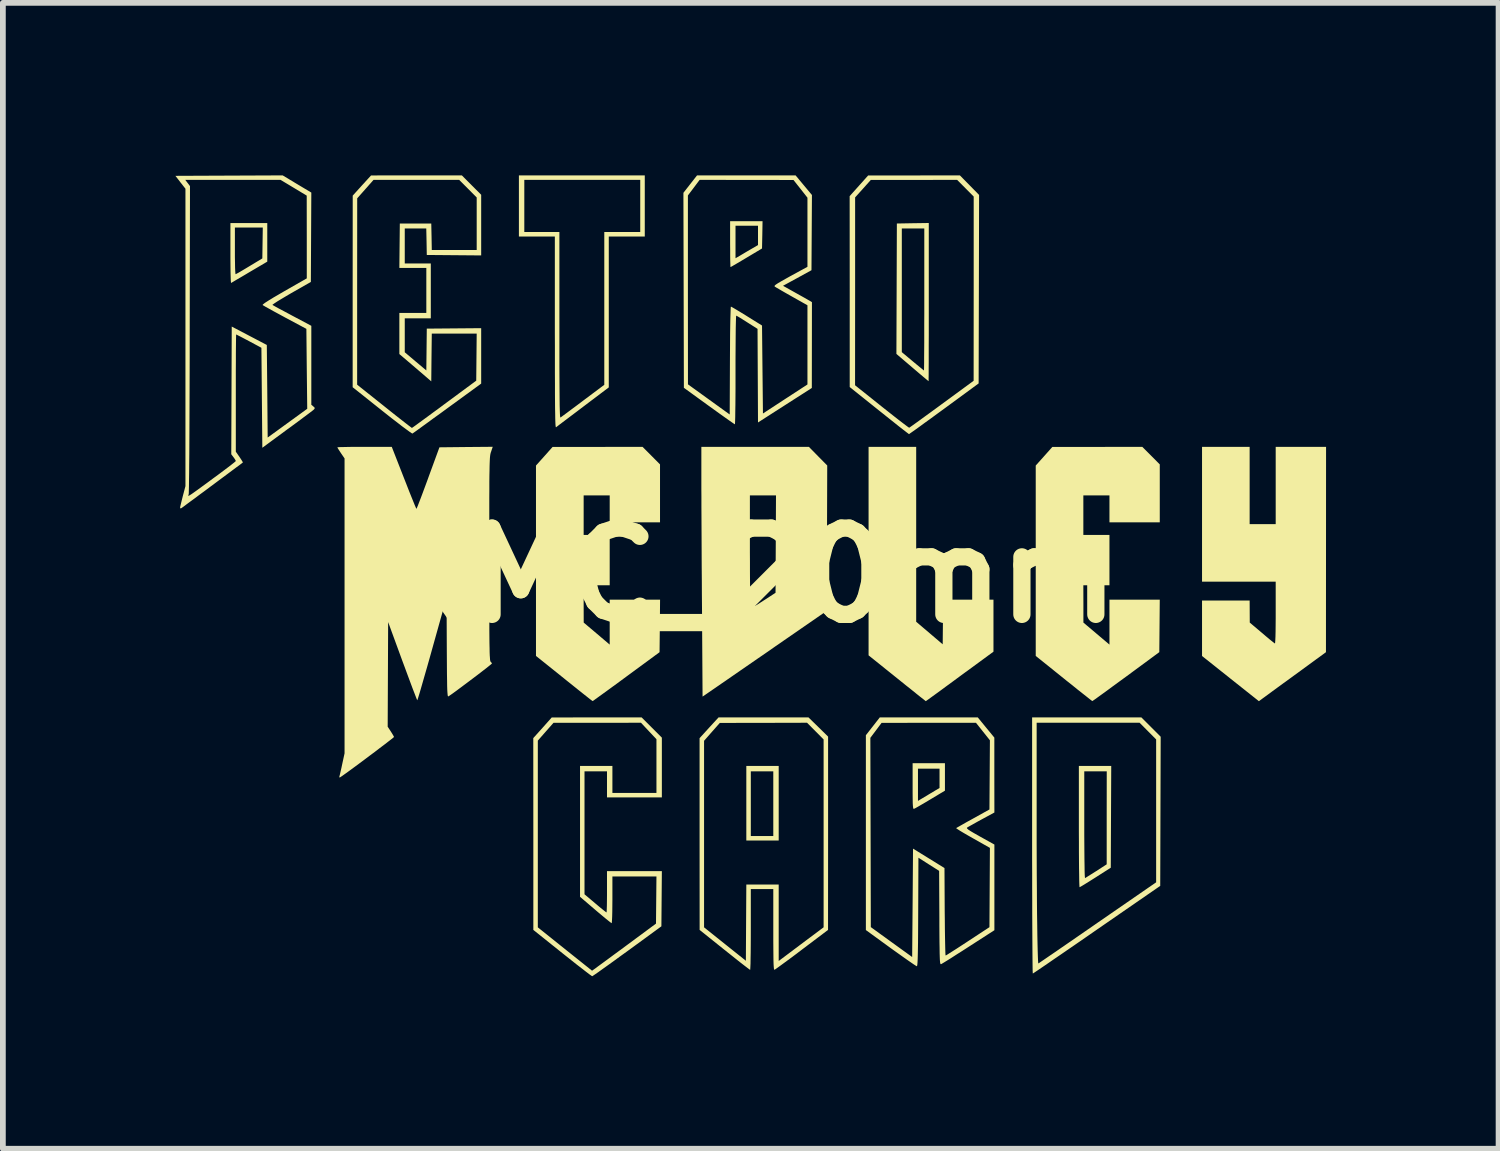
<source format=kicad_pcb>
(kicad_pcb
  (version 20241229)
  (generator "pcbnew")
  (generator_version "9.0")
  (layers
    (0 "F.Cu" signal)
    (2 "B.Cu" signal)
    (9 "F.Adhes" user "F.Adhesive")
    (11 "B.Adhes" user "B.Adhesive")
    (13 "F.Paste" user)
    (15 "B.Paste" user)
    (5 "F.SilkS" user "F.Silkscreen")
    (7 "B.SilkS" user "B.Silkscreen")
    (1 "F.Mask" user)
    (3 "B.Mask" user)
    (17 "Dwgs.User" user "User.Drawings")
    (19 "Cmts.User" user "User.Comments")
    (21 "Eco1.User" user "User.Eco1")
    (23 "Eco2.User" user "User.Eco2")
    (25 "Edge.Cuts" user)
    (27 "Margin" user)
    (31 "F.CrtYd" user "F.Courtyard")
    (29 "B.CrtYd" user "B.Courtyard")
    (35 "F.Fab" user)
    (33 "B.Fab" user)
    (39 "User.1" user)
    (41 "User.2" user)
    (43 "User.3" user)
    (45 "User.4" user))
  (footprint "RMC_20mm"
    (layer "F.Cu")
    (at 10.007 6.956)
    (property "Reference" "RMC_20mm" (at 0 0 0) (layer "F.SilkS") (effects (font (size 1.5 1.5) (thickness 0.3))))
    (attr board_only exclude_from_pos_files exclude_from_bom)
    (fp_poly (pts (xy 0.485 3.962) (xy 0.485 4.611) (xy 0.203 4.611) (xy -0.078 4.611) (xy -0.078 3.97) (xy 0 3.97) (xy 0 4.533) (xy 0.195 4.533) (xy 0.391 4.533) (xy 0.391 3.97) (xy 0.391 3.408) (xy 0.195 3.408) (xy 0 3.408) (xy 0 3.97) (xy -0.078 3.97) (xy -0.078 3.962) (xy -0.078 3.314) (xy 0.203 3.314) (xy 0.485 3.314)) (stroke (width 0) (type solid)) (fill yes) (layer "F.SilkS"))
    (fp_poly (pts (xy 3.376 3.505) (xy 3.376 3.744) (xy 3.116 3.9) (xy 3.034 3.949) (xy 2.96 3.992) (xy 2.9 4.027) (xy 2.857 4.051) (xy 2.835 4.061) (xy 2.834 4.061) (xy 2.828 4.058) (xy 2.823 4.042) (xy 2.819 4.01) (xy 2.816 3.959) (xy 2.815 3.887) (xy 2.814 3.789) (xy 2.814 3.667) (xy 2.814 3.641) (xy 2.907 3.641) (xy 2.907 3.922) (xy 3.095 3.809) (xy 3.282 3.697) (xy 3.282 3.529) (xy 3.282 3.361) (xy 3.095 3.361) (xy 2.907 3.361) (xy 2.907 3.641) (xy 2.814 3.641) (xy 2.814 3.267) (xy 3.095 3.267) (xy 3.376 3.267)) (stroke (width 0) (type solid)) (fill yes) (layer "F.SilkS"))
    (fp_poly (pts (xy 2.876 -0.714) (xy 2.876 0.807) (xy 3.107 1.003) (xy 3.337 1.199) (xy 3.341 0.811) (xy 3.346 0.422) (xy 3.783 0.422) (xy 4.22 0.422) (xy 4.22 0.874) (xy 4.22 1.327) (xy 3.633 1.757) (xy 3.514 1.845) (xy 3.403 1.926) (xy 3.303 2) (xy 3.215 2.064) (xy 3.143 2.116) (xy 3.088 2.156) (xy 3.054 2.18) (xy 3.043 2.188) (xy 3.031 2.178) (xy 2.997 2.151) (xy 2.943 2.109) (xy 2.873 2.053) (xy 2.789 1.985) (xy 2.693 1.909) (xy 2.589 1.825) (xy 2.544 1.789) (xy 2.048 1.391) (xy 2.048 -0.422) (xy 2.048 -2.235) (xy 2.462 -2.235) (xy 2.876 -2.235)) (stroke (width 0) (type solid)) (fill yes) (layer "F.SilkS"))
    (fp_poly (pts (xy 0.2 -5.922) (xy 0.195 -5.685) (xy -0.076 -5.523) (xy -0.158 -5.474) (xy -0.231 -5.431) (xy -0.291 -5.396) (xy -0.332 -5.372) (xy -0.352 -5.362) (xy -0.353 -5.361) (xy -0.355 -5.376) (xy -0.356 -5.418) (xy -0.358 -5.483) (xy -0.359 -5.567) (xy -0.359 -5.666) (xy -0.36 -5.76) (xy -0.36 -5.798) (xy -0.266 -5.798) (xy -0.266 -5.515) (xy -0.19 -5.559) (xy -0.14 -5.589) (xy -0.076 -5.627) (xy -0.009 -5.666) (xy 0.005 -5.674) (xy 0.125 -5.744) (xy 0.125 -5.912) (xy 0.125 -6.08) (xy -0.07 -6.08) (xy -0.266 -6.08) (xy -0.266 -5.798) (xy -0.36 -5.798) (xy -0.36 -6.159) (xy -0.078 -6.159) (xy 0.204 -6.159)) (stroke (width 0) (type solid)) (fill yes) (layer "F.SilkS"))
    (fp_poly (pts (xy -8.409 -5.792) (xy -8.409 -5.456) (xy -8.718 -5.274) (xy -8.807 -5.221) (xy -8.887 -5.174) (xy -8.954 -5.135) (xy -9.004 -5.105) (xy -9.033 -5.088) (xy -9.038 -5.085) (xy -9.041 -5.098) (xy -9.044 -5.139) (xy -9.046 -5.205) (xy -9.048 -5.29) (xy -9.049 -5.393) (xy -9.05 -5.51) (xy -9.05 -5.603) (xy -9.05 -5.643) (xy -8.972 -5.643) (xy -8.972 -5.534) (xy -8.97 -5.436) (xy -8.969 -5.353) (xy -8.966 -5.29) (xy -8.963 -5.25) (xy -8.96 -5.237) (xy -8.944 -5.245) (xy -8.905 -5.266) (xy -8.849 -5.299) (xy -8.78 -5.34) (xy -8.722 -5.375) (xy -8.495 -5.512) (xy -8.491 -5.78) (xy -8.487 -6.049) (xy -8.729 -6.049) (xy -8.972 -6.049) (xy -8.972 -5.643) (xy -9.05 -5.643) (xy -9.05 -6.127) (xy -8.73 -6.127) (xy -8.409 -6.127)) (stroke (width 0) (type solid)) (fill yes) (layer "F.SilkS"))
    (fp_poly (pts (xy 6.264 4.199) (xy 6.26 5.084) (xy 5.994 5.254) (xy 5.913 5.305) (xy 5.841 5.35) (xy 5.781 5.387) (xy 5.739 5.412) (xy 5.718 5.423) (xy 5.717 5.424) (xy 5.715 5.408) (xy 5.713 5.365) (xy 5.711 5.295) (xy 5.71 5.201) (xy 5.708 5.086) (xy 5.707 4.953) (xy 5.706 4.804) (xy 5.706 4.641) (xy 5.705 4.467) (xy 5.705 4.369) (xy 5.705 4.339) (xy 5.799 4.339) (xy 5.799 4.506) (xy 5.8 4.663) (xy 5.801 4.808) (xy 5.802 4.938) (xy 5.804 5.05) (xy 5.805 5.141) (xy 5.807 5.209) (xy 5.81 5.251) (xy 5.812 5.265) (xy 5.829 5.255) (xy 5.867 5.231) (xy 5.921 5.197) (xy 5.986 5.156) (xy 6.007 5.143) (xy 6.189 5.025) (xy 6.189 4.216) (xy 6.19 3.408) (xy 5.994 3.408) (xy 5.799 3.408) (xy 5.799 4.339) (xy 5.705 4.339) (xy 5.705 3.314) (xy 5.987 3.314) (xy 6.268 3.314)) (stroke (width 0) (type solid)) (fill yes) (layer "F.SilkS"))
    (fp_poly (pts (xy 3.095 -4.752) (xy 3.095 -4.548) (xy 3.095 -4.353) (xy 3.095 -4.169) (xy 3.094 -3.999) (xy 3.094 -3.844) (xy 3.094 -3.708) (xy 3.093 -3.592) (xy 3.093 -3.499) (xy 3.092 -3.431) (xy 3.092 -3.389) (xy 3.091 -3.377) (xy 3.079 -3.387) (xy 3.046 -3.414) (xy 2.996 -3.456) (xy 2.932 -3.51) (xy 2.858 -3.573) (xy 2.81 -3.614) (xy 2.532 -3.851) (xy 2.536 -4.958) (xy 2.626 -4.958) (xy 2.626 -3.882) (xy 2.816 -3.723) (xy 2.881 -3.669) (xy 2.937 -3.623) (xy 2.98 -3.588) (xy 3.005 -3.567) (xy 3.011 -3.564) (xy 3.012 -3.579) (xy 3.013 -3.623) (xy 3.014 -3.694) (xy 3.014 -3.789) (xy 3.015 -3.906) (xy 3.016 -4.042) (xy 3.016 -4.195) (xy 3.016 -4.363) (xy 3.017 -4.544) (xy 3.017 -4.734) (xy 3.017 -4.799) (xy 3.017 -6.033) (xy 2.821 -6.033) (xy 2.626 -6.033) (xy 2.626 -4.958) (xy 2.536 -4.958) (xy 2.536 -4.985) (xy 2.54 -6.119) (xy 2.817 -6.124) (xy 3.095 -6.128)) (stroke (width 0) (type solid)) (fill yes) (layer "F.SilkS"))
    (fp_poly (pts (xy 8.675 -1.563) (xy 8.675 -0.891) (xy 8.902 -0.891) (xy 9.128 -0.891) (xy 9.128 -1.563) (xy 9.128 -2.235) (xy 9.566 -2.235) (xy 10.004 -2.235) (xy 10.003 -0.449) (xy 10.002 1.336) (xy 9.483 1.715) (xy 9.368 1.799) (xy 9.259 1.878) (xy 9.159 1.951) (xy 9.07 2.016) (xy 8.997 2.07) (xy 8.941 2.111) (xy 8.906 2.136) (xy 8.9 2.141) (xy 8.836 2.188) (xy 8.341 1.795) (xy 7.847 1.402) (xy 7.847 0.92) (xy 7.847 0.438) (xy 8.261 0.438) (xy 8.675 0.438) (xy 8.676 0.629) (xy 8.677 0.821) (xy 8.889 1) (xy 8.958 1.059) (xy 9.019 1.11) (xy 9.069 1.15) (xy 9.102 1.176) (xy 9.115 1.185) (xy 9.118 1.172) (xy 9.121 1.13) (xy 9.124 1.063) (xy 9.126 0.974) (xy 9.127 0.867) (xy 9.128 0.745) (xy 9.128 0.65) (xy 9.128 0.109) (xy 8.488 0.109) (xy 7.847 0.109) (xy 7.847 -1.063) (xy 7.847 -2.235) (xy 8.261 -2.235) (xy 8.675 -2.235)) (stroke (width 0) (type solid)) (fill yes) (layer "F.SilkS"))
    (fp_poly (pts (xy -1.731 -2.083) (xy -1.579 -1.93) (xy -1.579 -1.426) (xy -1.579 -0.922) (xy -2.016 -0.922) (xy -2.454 -0.922) (xy -2.454 -1.157) (xy -2.454 -1.391) (xy -2.681 -1.391) (xy -2.907 -1.391) (xy -2.907 -1.047) (xy -2.907 -0.703) (xy -2.681 -0.703) (xy -2.454 -0.703) (xy -2.454 -0.266) (xy -2.454 0.172) (xy -2.681 0.172) (xy -2.907 0.172) (xy -2.907 0.496) (xy -2.906 0.821) (xy -2.68 1.012) (xy -2.454 1.204) (xy -2.454 0.813) (xy -2.454 0.422) (xy -2.016 0.422) (xy -1.578 0.422) (xy -1.582 0.879) (xy -1.587 1.336) (xy -2.165 1.761) (xy -2.283 1.848) (xy -2.394 1.929) (xy -2.494 2.002) (xy -2.581 2.065) (xy -2.653 2.117) (xy -2.707 2.156) (xy -2.74 2.18) (xy -2.751 2.186) (xy -2.764 2.177) (xy -2.8 2.15) (xy -2.854 2.107) (xy -2.925 2.051) (xy -3.009 1.984) (xy -3.105 1.907) (xy -3.209 1.824) (xy -3.247 1.793) (xy -3.736 1.401) (xy -3.736 -0.254) (xy -3.736 -1.91) (xy -3.591 -2.072) (xy -3.447 -2.234) (xy -2.665 -2.234) (xy -1.883 -2.235)) (stroke (width 0) (type solid)) (fill yes) (layer "F.SilkS"))
    (fp_poly (pts (xy 6.96 -2.083) (xy 7.112 -1.93) (xy 7.112 -1.426) (xy 7.112 -0.922) (xy 6.674 -0.922) (xy 6.237 -0.922) (xy 6.237 -1.157) (xy 6.237 -1.391) (xy 6.01 -1.391) (xy 5.783 -1.391) (xy 5.783 -1.047) (xy 5.783 -0.703) (xy 6.01 -0.703) (xy 6.237 -0.703) (xy 6.237 -0.266) (xy 6.237 0.172) (xy 6.01 0.172) (xy 5.783 0.172) (xy 5.784 0.496) (xy 5.784 0.821) (xy 6.01 1.012) (xy 6.237 1.204) (xy 6.237 0.813) (xy 6.237 0.422) (xy 6.675 0.422) (xy 7.112 0.422) (xy 7.108 0.878) (xy 7.104 1.335) (xy 6.526 1.761) (xy 6.408 1.847) (xy 6.297 1.928) (xy 6.197 2.002) (xy 6.11 2.065) (xy 6.038 2.117) (xy 5.984 2.156) (xy 5.95 2.179) (xy 5.94 2.186) (xy 5.926 2.177) (xy 5.891 2.15) (xy 5.837 2.107) (xy 5.766 2.051) (xy 5.681 1.984) (xy 5.586 1.907) (xy 5.481 1.824) (xy 5.443 1.793) (xy 4.955 1.401) (xy 4.955 -0.254) (xy 4.955 -1.91) (xy 5.1 -2.072) (xy 5.244 -2.234) (xy 6.026 -2.234) (xy 6.808 -2.235)) (stroke (width 0) (type solid)) (fill yes) (layer "F.SilkS"))
    (fp_poly (pts (xy 1.169 -2.073) (xy 1.329 -1.911) (xy 1.325 -0.647) (xy 1.321 0.617) (xy 0.422 1.238) (xy 0.267 1.346) (xy 0.114 1.451) (xy -0.032 1.552) (xy -0.17 1.647) (xy -0.297 1.735) (xy -0.41 1.813) (xy -0.506 1.879) (xy -0.584 1.933) (xy -0.639 1.971) (xy -0.658 1.984) (xy -0.839 2.108) (xy -0.849 0.55) (xy -0.851 0.316) (xy -0.852 0.079) (xy -0.854 -0.157) (xy -0.855 -0.389) (xy -0.855 -0.406) (xy -0.016 -0.406) (xy -0.015 -0.234) (xy -0.015 -0.072) (xy -0.014 0.079) (xy -0.013 0.214) (xy -0.012 0.332) (xy -0.01 0.43) (xy -0.008 0.505) (xy -0.006 0.555) (xy -0.004 0.577) (xy -0.004 0.578) (xy 0.013 0.569) (xy 0.05 0.547) (xy 0.105 0.513) (xy 0.172 0.47) (xy 0.219 0.44) (xy 0.43 0.303) (xy 0.434 -0.544) (xy 0.438 -1.391) (xy 0.211 -1.391) (xy -0.016 -1.391) (xy -0.016 -0.406) (xy -0.855 -0.406) (xy -0.856 -0.614) (xy -0.857 -0.827) (xy -0.858 -1.026) (xy -0.859 -1.208) (xy -0.859 -1.369) (xy -0.86 -1.505) (xy -0.86 -1.614) (xy -0.86 -1.622) (xy -0.86 -2.235) (xy 0.075 -2.235) (xy 1.01 -2.235)) (stroke (width 0) (type solid)) (fill yes) (layer "F.SilkS"))
    (fp_poly (pts (xy 3.803 -6.786) (xy 3.97 -6.616) (xy 3.966 -4.977) (xy 3.962 -3.338) (xy 3.361 -2.897) (xy 3.24 -2.809) (xy 3.127 -2.726) (xy 3.024 -2.652) (xy 2.934 -2.586) (xy 2.859 -2.532) (xy 2.802 -2.492) (xy 2.765 -2.466) (xy 2.751 -2.456) (xy 2.751 -2.456) (xy 2.738 -2.466) (xy 2.702 -2.493) (xy 2.648 -2.535) (xy 2.576 -2.591) (xy 2.491 -2.659) (xy 2.394 -2.736) (xy 2.289 -2.82) (xy 2.231 -2.866) (xy 1.72 -3.275) (xy 1.72 -3.306) (xy 1.813 -3.306) (xy 2.278 -2.935) (xy 2.383 -2.852) (xy 2.479 -2.776) (xy 2.566 -2.708) (xy 2.639 -2.652) (xy 2.697 -2.608) (xy 2.736 -2.579) (xy 2.754 -2.568) (xy 2.755 -2.568) (xy 2.77 -2.578) (xy 2.807 -2.604) (xy 2.864 -2.645) (xy 2.939 -2.699) (xy 3.028 -2.764) (xy 3.13 -2.838) (xy 3.241 -2.919) (xy 3.321 -2.978) (xy 3.875 -3.384) (xy 3.876 -4.986) (xy 3.876 -6.588) (xy 3.732 -6.733) (xy 3.588 -6.878) (xy 2.837 -6.877) (xy 2.087 -6.877) (xy 1.951 -6.725) (xy 1.814 -6.573) (xy 1.814 -4.939) (xy 1.813 -3.306) (xy 1.72 -3.306) (xy 1.72 -4.935) (xy 1.719 -6.595) (xy 1.88 -6.775) (xy 2.04 -6.954) (xy 2.838 -6.955) (xy 3.636 -6.956)) (stroke (width 0) (type solid)) (fill yes) (layer "F.SilkS"))
    (fp_poly (pts (xy 6.96 2.638) (xy 7.128 2.806) (xy 7.124 4.103) (xy 7.12 5.4) (xy 6.018 6.161) (xy 5.852 6.276) (xy 5.693 6.386) (xy 5.543 6.489) (xy 5.405 6.584) (xy 5.279 6.67) (xy 5.169 6.746) (xy 5.075 6.81) (xy 5 6.861) (xy 4.945 6.898) (xy 4.913 6.919) (xy 4.904 6.924) (xy 4.903 6.909) (xy 4.901 6.864) (xy 4.9 6.791) (xy 4.899 6.693) (xy 4.898 6.57) (xy 4.897 6.425) (xy 4.896 6.259) (xy 4.895 6.074) (xy 4.894 5.871) (xy 4.894 5.654) (xy 4.893 5.422) (xy 4.893 5.179) (xy 4.892 4.925) (xy 4.892 4.697) (xy 4.892 2.563) (xy 4.971 2.563) (xy 4.971 4.06) (xy 4.971 4.365) (xy 4.971 4.659) (xy 4.972 4.939) (xy 4.973 5.204) (xy 4.975 5.453) (xy 4.976 5.684) (xy 4.978 5.896) (xy 4.981 6.089) (xy 4.983 6.259) (xy 4.986 6.406) (xy 4.989 6.529) (xy 4.992 6.626) (xy 4.995 6.696) (xy 4.998 6.738) (xy 5.001 6.749) (xy 5.015 6.74) (xy 5.053 6.714) (xy 5.113 6.673) (xy 5.193 6.618) (xy 5.29 6.552) (xy 5.403 6.474) (xy 5.531 6.386) (xy 5.67 6.29) (xy 5.819 6.187) (xy 5.977 6.078) (xy 6.03 6.041) (xy 7.049 5.338) (xy 7.049 4.096) (xy 7.049 2.853) (xy 6.905 2.708) (xy 6.761 2.563) (xy 5.866 2.563) (xy 4.971 2.563) (xy 4.892 2.563) (xy 4.892 2.47) (xy 5.842 2.47) (xy 6.792 2.47)) (stroke (width 0) (type solid)) (fill yes) (layer "F.SilkS"))
    (fp_poly (pts (xy 1.174 2.637) (xy 1.344 2.804) (xy 1.344 4.485) (xy 1.343 6.166) (xy 0.887 6.51) (xy 0.783 6.589) (xy 0.685 6.662) (xy 0.598 6.726) (xy 0.524 6.78) (xy 0.466 6.822) (xy 0.428 6.849) (xy 0.411 6.859) (xy 0.406 6.855) (xy 0.402 6.839) (xy 0.399 6.808) (xy 0.396 6.761) (xy 0.394 6.694) (xy 0.393 6.606) (xy 0.392 6.494) (xy 0.391 6.356) (xy 0.391 6.189) (xy 0.391 6.16) (xy 0.391 5.455) (xy 0.195 5.455) (xy 0 5.455) (xy 0 6.159) (xy -0.000252 6.303) (xy -0.001 6.438) (xy -0.002 6.56) (xy -0.004 6.665) (xy -0.005 6.751) (xy -0.008 6.814) (xy -0.01 6.851) (xy -0.012 6.861) (xy -0.026 6.851) (xy -0.062 6.824) (xy -0.117 6.782) (xy -0.188 6.727) (xy -0.271 6.661) (xy -0.365 6.586) (xy -0.457 6.513) (xy -0.89 6.166) (xy -0.891 4.499) (xy -0.891 2.877) (xy -0.813 2.877) (xy -0.813 4.499) (xy -0.813 6.121) (xy -0.449 6.412) (xy -0.086 6.702) (xy -0.082 6.04) (xy -0.078 5.377) (xy 0.203 5.377) (xy 0.485 5.377) (xy 0.485 6.041) (xy 0.485 6.706) (xy 0.875 6.413) (xy 1.266 6.12) (xy 1.266 4.486) (xy 1.266 2.853) (xy 1.122 2.708) (xy 0.978 2.563) (xy 0.219 2.565) (xy -0.539 2.566) (xy -0.676 2.721) (xy -0.813 2.877) (xy -0.891 2.877) (xy -0.891 2.831) (xy -0.726 2.65) (xy -0.561 2.47) (xy 0.221 2.47) (xy 1.003 2.47)) (stroke (width 0) (type solid)) (fill yes) (layer "F.SilkS"))
    (fp_poly (pts (xy -1.844 -6.424) (xy -1.844 -5.893) (xy -2.157 -5.893) (xy -2.47 -5.893) (xy -2.47 -4.581) (xy -2.47 -3.269) (xy -2.919 -2.93) (xy -3.023 -2.851) (xy -3.12 -2.778) (xy -3.206 -2.713) (xy -3.279 -2.658) (xy -3.336 -2.615) (xy -3.373 -2.586) (xy -3.388 -2.575) (xy -3.391 -2.578) (xy -3.394 -2.593) (xy -3.397 -2.622) (xy -3.399 -2.666) (xy -3.401 -2.727) (xy -3.402 -2.807) (xy -3.404 -2.905) (xy -3.405 -3.025) (xy -3.406 -3.168) (xy -3.406 -3.334) (xy -3.407 -3.527) (xy -3.407 -3.746) (xy -3.407 -3.994) (xy -3.408 -4.226) (xy -3.408 -5.893) (xy -3.72 -5.893) (xy -4.033 -5.893) (xy -4.033 -6.424) (xy -3.939 -6.424) (xy -3.939 -5.971) (xy -3.634 -5.971) (xy -3.329 -5.971) (xy -3.329 -4.352) (xy -3.329 -4.083) (xy -3.329 -3.844) (xy -3.329 -3.633) (xy -3.328 -3.448) (xy -3.327 -3.289) (xy -3.326 -3.154) (xy -3.325 -3.041) (xy -3.324 -2.949) (xy -3.322 -2.876) (xy -3.32 -2.82) (xy -3.318 -2.781) (xy -3.315 -2.757) (xy -3.312 -2.746) (xy -3.31 -2.745) (xy -3.293 -2.757) (xy -3.254 -2.786) (xy -3.197 -2.828) (xy -3.125 -2.882) (xy -3.04 -2.945) (xy -2.948 -3.014) (xy -2.919 -3.036) (xy -2.548 -3.314) (xy -2.548 -4.643) (xy -2.548 -5.971) (xy -2.235 -5.971) (xy -1.923 -5.971) (xy -1.923 -6.424) (xy -1.923 -6.878) (xy -2.931 -6.878) (xy -3.939 -6.878) (xy -3.939 -6.424) (xy -4.033 -6.424) (xy -4.033 -6.956) (xy -2.939 -6.956) (xy -1.844 -6.956)) (stroke (width 0) (type solid)) (fill yes) (layer "F.SilkS"))
    (fp_poly (pts (xy -1.723 2.646) (xy -1.547 2.822) (xy -1.547 3.341) (xy -1.547 3.861) (xy -2.024 3.861) (xy -2.501 3.861) (xy -2.501 3.634) (xy -2.501 3.408) (xy -2.696 3.408) (xy -2.892 3.408) (xy -2.892 4.477) (xy -2.892 5.546) (xy -2.705 5.704) (xy -2.641 5.758) (xy -2.585 5.804) (xy -2.542 5.838) (xy -2.516 5.858) (xy -2.51 5.862) (xy -2.507 5.847) (xy -2.505 5.805) (xy -2.503 5.74) (xy -2.502 5.658) (xy -2.501 5.562) (xy -2.501 5.502) (xy -2.501 5.143) (xy -2.024 5.143) (xy -1.547 5.143) (xy -1.551 5.623) (xy -1.555 6.103) (xy -2.149 6.537) (xy -2.27 6.624) (xy -2.382 6.706) (xy -2.485 6.78) (xy -2.575 6.844) (xy -2.65 6.898) (xy -2.708 6.938) (xy -2.745 6.963) (xy -2.759 6.971) (xy -2.774 6.961) (xy -2.811 6.935) (xy -2.867 6.892) (xy -2.939 6.836) (xy -3.026 6.769) (xy -3.123 6.692) (xy -3.229 6.608) (xy -3.278 6.569) (xy -3.782 6.166) (xy -3.782 4.498) (xy -3.783 2.874) (xy -3.704 2.874) (xy -3.704 4.498) (xy -3.704 6.121) (xy -3.233 6.498) (xy -2.761 6.875) (xy -2.697 6.83) (xy -2.671 6.81) (xy -2.622 6.774) (xy -2.555 6.725) (xy -2.472 6.664) (xy -2.376 6.593) (xy -2.271 6.516) (xy -2.16 6.434) (xy -2.141 6.42) (xy -1.649 6.056) (xy -1.645 5.646) (xy -1.641 5.236) (xy -2.024 5.236) (xy -2.407 5.236) (xy -2.407 5.643) (xy -2.408 5.752) (xy -2.409 5.85) (xy -2.411 5.933) (xy -2.414 5.996) (xy -2.417 6.036) (xy -2.42 6.049) (xy -2.435 6.039) (xy -2.47 6.012) (xy -2.522 5.97) (xy -2.587 5.916) (xy -2.661 5.854) (xy -2.701 5.82) (xy -2.97 5.59) (xy -2.97 4.452) (xy -2.97 3.314) (xy -2.688 3.314) (xy -2.407 3.314) (xy -2.407 3.548) (xy -2.407 3.783) (xy -2.024 3.783) (xy -1.641 3.783) (xy -1.641 3.316) (xy -1.641 2.849) (xy -1.776 2.706) (xy -1.91 2.563) (xy -2.67 2.564) (xy -3.431 2.564) (xy -3.568 2.719) (xy -3.704 2.874) (xy -3.783 2.874) (xy -3.783 2.83) (xy -3.622 2.651) (xy -3.462 2.471) (xy -2.68 2.47) (xy -1.899 2.47)) (stroke (width 0) (type solid)) (fill yes) (layer "F.SilkS"))
    (fp_poly (pts (xy -4.857 -6.787) (xy -4.689 -6.619) (xy -4.689 -6.092) (xy -4.689 -5.564) (xy -5.162 -5.568) (xy -5.635 -5.572) (xy -5.639 -5.803) (xy -5.644 -6.033) (xy -5.831 -6.033) (xy -6.018 -6.033) (xy -6.018 -5.729) (xy -6.018 -5.424) (xy -5.791 -5.424) (xy -5.565 -5.424) (xy -5.565 -4.947) (xy -5.565 -4.47) (xy -5.791 -4.47) (xy -6.018 -4.47) (xy -6.018 -4.175) (xy -6.018 -3.88) (xy -5.831 -3.722) (xy -5.643 -3.564) (xy -5.639 -3.927) (xy -5.635 -4.291) (xy -5.162 -4.295) (xy -4.689 -4.299) (xy -4.689 -3.817) (xy -4.689 -3.335) (xy -5.279 -2.905) (xy -5.399 -2.817) (xy -5.512 -2.736) (xy -5.614 -2.661) (xy -5.704 -2.596) (xy -5.778 -2.542) (xy -5.835 -2.501) (xy -5.872 -2.475) (xy -5.885 -2.466) (xy -5.9 -2.474) (xy -5.937 -2.499) (xy -5.993 -2.54) (xy -6.066 -2.594) (xy -6.152 -2.661) (xy -6.25 -2.736) (xy -6.356 -2.82) (xy -6.413 -2.865) (xy -6.924 -3.272) (xy -6.924 -3.316) (xy -6.846 -3.316) (xy -6.374 -2.94) (xy -6.269 -2.856) (xy -6.172 -2.779) (xy -6.085 -2.711) (xy -6.011 -2.653) (xy -5.953 -2.608) (xy -5.913 -2.578) (xy -5.895 -2.565) (xy -5.894 -2.564) (xy -5.88 -2.573) (xy -5.843 -2.599) (xy -5.787 -2.64) (xy -5.713 -2.694) (xy -5.624 -2.759) (xy -5.524 -2.833) (xy -5.413 -2.914) (xy -5.33 -2.976) (xy -4.775 -3.386) (xy -4.771 -3.795) (xy -4.767 -4.205) (xy -5.158 -4.205) (xy -5.548 -4.205) (xy -5.553 -3.79) (xy -5.557 -3.374) (xy -5.834 -3.612) (xy -6.112 -3.849) (xy -6.112 -4.207) (xy -6.112 -4.564) (xy -5.877 -4.564) (xy -5.643 -4.564) (xy -5.643 -4.955) (xy -5.643 -5.346) (xy -5.877 -5.346) (xy -6.112 -5.346) (xy -6.108 -5.733) (xy -6.104 -6.119) (xy -5.83 -6.119) (xy -5.557 -6.119) (xy -5.552 -5.889) (xy -5.548 -5.658) (xy -5.158 -5.658) (xy -4.767 -5.658) (xy -4.767 -6.115) (xy -4.767 -6.572) (xy -4.919 -6.725) (xy -5.072 -6.878) (xy -5.816 -6.878) (xy -6.561 -6.878) (xy -6.703 -6.717) (xy -6.845 -6.557) (xy -6.846 -4.937) (xy -6.846 -3.316) (xy -6.924 -3.316) (xy -6.924 -4.938) (xy -6.923 -6.604) (xy -6.764 -6.78) (xy -6.604 -6.955) (xy -5.814 -6.956) (xy -5.025 -6.956)) (stroke (width 0) (type solid)) (fill yes) (layer "F.SilkS"))
    (fp_poly (pts (xy 0.921 -6.785) (xy 1.063 -6.615) (xy 1.059 -5.961) (xy 1.055 -5.307) (xy 0.808 -5.171) (xy 0.56 -5.036) (xy 0.776 -4.915) (xy 0.853 -4.872) (xy 0.923 -4.833) (xy 0.979 -4.801) (xy 1.017 -4.779) (xy 1.028 -4.773) (xy 1.063 -4.751) (xy 1.062 -4.005) (xy 1.061 -3.259) (xy 0.593 -2.959) (xy 0.125 -2.659) (xy 0.121 -3.473) (xy 0.117 -4.287) (xy -0.063 -4.401) (xy -0.129 -4.443) (xy -0.186 -4.479) (xy -0.229 -4.504) (xy -0.252 -4.516) (xy -0.254 -4.517) (xy -0.256 -4.502) (xy -0.258 -4.458) (xy -0.26 -4.388) (xy -0.262 -4.296) (xy -0.263 -4.182) (xy -0.264 -4.051) (xy -0.265 -3.905) (xy -0.266 -3.747) (xy -0.266 -3.578) (xy -0.266 -3.572) (xy -0.266 -3.403) (xy -0.266 -3.244) (xy -0.267 -3.097) (xy -0.268 -2.966) (xy -0.27 -2.852) (xy -0.271 -2.758) (xy -0.273 -2.688) (xy -0.275 -2.643) (xy -0.277 -2.627) (xy -0.277 -2.627) (xy -0.292 -2.636) (xy -0.33 -2.662) (xy -0.386 -2.701) (xy -0.459 -2.753) (xy -0.545 -2.814) (xy -0.642 -2.884) (xy -0.727 -2.945) (xy -1.164 -3.262) (xy -1.168 -4.958) (xy -1.172 -6.607) (xy -1.094 -6.607) (xy -1.094 -4.964) (xy -1.093 -3.322) (xy -0.73 -3.06) (xy -0.367 -2.798) (xy -0.363 -3.736) (xy -0.362 -3.904) (xy -0.361 -4.062) (xy -0.36 -4.208) (xy -0.358 -4.339) (xy -0.356 -4.452) (xy -0.353 -4.545) (xy -0.351 -4.615) (xy -0.349 -4.658) (xy -0.346 -4.674) (xy -0.33 -4.666) (xy -0.291 -4.644) (xy -0.234 -4.61) (xy -0.163 -4.567) (xy -0.083 -4.518) (xy -0.069 -4.509) (xy 0.195 -4.345) (xy 0.203 -3.58) (xy 0.211 -2.815) (xy 0.598 -3.068) (xy 0.985 -3.32) (xy 0.985 -4.009) (xy 0.985 -4.697) (xy 0.714 -4.85) (xy 0.629 -4.898) (xy 0.552 -4.942) (xy 0.489 -4.979) (xy 0.442 -5.006) (xy 0.418 -5.021) (xy 0.417 -5.022) (xy 0.412 -5.03) (xy 0.418 -5.042) (xy 0.437 -5.058) (xy 0.474 -5.082) (xy 0.53 -5.115) (xy 0.608 -5.159) (xy 0.688 -5.204) (xy 0.985 -5.366) (xy 0.985 -5.967) (xy 0.985 -6.568) (xy 0.864 -6.722) (xy 0.742 -6.876) (xy -0.074 -6.877) (xy -0.89 -6.878) (xy -0.992 -6.742) (xy -1.094 -6.607) (xy -1.172 -6.607) (xy -1.172 -6.653) (xy -1.054 -6.804) (xy -0.935 -6.956) (xy -0.078 -6.956) (xy 0.779 -6.956)) (stroke (width 0) (type solid)) (fill yes) (layer "F.SilkS"))
    (fp_poly (pts (xy 4.091 2.646) (xy 4.235 2.821) (xy 4.235 3.473) (xy 4.236 4.124) (xy 4.013 4.245) (xy 3.936 4.287) (xy 3.867 4.326) (xy 3.811 4.357) (xy 3.774 4.378) (xy 3.764 4.384) (xy 3.757 4.393) (xy 3.763 4.404) (xy 3.783 4.422) (xy 3.821 4.447) (xy 3.88 4.482) (xy 3.962 4.528) (xy 3.986 4.542) (xy 4.236 4.681) (xy 4.236 5.426) (xy 4.236 6.171) (xy 3.786 6.461) (xy 3.679 6.53) (xy 3.579 6.593) (xy 3.491 6.65) (xy 3.416 6.697) (xy 3.359 6.732) (xy 3.322 6.754) (xy 3.309 6.761) (xy 3.304 6.762) (xy 3.299 6.757) (xy 3.294 6.745) (xy 3.291 6.723) (xy 3.288 6.688) (xy 3.286 6.639) (xy 3.284 6.572) (xy 3.283 6.485) (xy 3.281 6.376) (xy 3.28 6.242) (xy 3.279 6.081) (xy 3.279 5.955) (xy 3.275 5.139) (xy 3.095 5.025) (xy 2.915 4.91) (xy 2.911 5.855) (xy 2.91 6.058) (xy 2.909 6.233) (xy 2.908 6.379) (xy 2.906 6.501) (xy 2.904 6.598) (xy 2.902 6.674) (xy 2.899 6.73) (xy 2.896 6.768) (xy 2.892 6.79) (xy 2.888 6.798) (xy 2.888 6.798) (xy 2.871 6.789) (xy 2.832 6.764) (xy 2.774 6.724) (xy 2.699 6.672) (xy 2.612 6.61) (xy 2.515 6.541) (xy 2.434 6.483) (xy 2.001 6.168) (xy 2.001 4.474) (xy 2.001 2.825) (xy 2.079 2.825) (xy 2.083 4.471) (xy 2.087 6.117) (xy 2.446 6.377) (xy 2.806 6.637) (xy 2.814 5.694) (xy 2.821 4.752) (xy 3.095 4.921) (xy 3.368 5.09) (xy 3.372 5.851) (xy 3.374 6.002) (xy 3.375 6.143) (xy 3.377 6.271) (xy 3.379 6.383) (xy 3.381 6.476) (xy 3.383 6.547) (xy 3.385 6.593) (xy 3.388 6.611) (xy 3.388 6.611) (xy 3.404 6.603) (xy 3.442 6.579) (xy 3.499 6.543) (xy 3.573 6.496) (xy 3.659 6.44) (xy 3.754 6.378) (xy 3.775 6.364) (xy 4.15 6.118) (xy 4.154 5.429) (xy 4.158 4.739) (xy 3.861 4.571) (xy 3.775 4.522) (xy 3.699 4.478) (xy 3.637 4.441) (xy 3.594 4.413) (xy 3.573 4.398) (xy 3.571 4.395) (xy 3.586 4.386) (xy 3.625 4.364) (xy 3.683 4.331) (xy 3.755 4.29) (xy 3.839 4.244) (xy 3.864 4.23) (xy 4.15 4.071) (xy 4.154 3.47) (xy 4.158 2.868) (xy 4.037 2.716) (xy 3.916 2.564) (xy 3.095 2.564) (xy 2.274 2.565) (xy 2.177 2.695) (xy 2.079 2.825) (xy 2.001 2.825) (xy 2.001 2.78) (xy 2.122 2.625) (xy 2.243 2.47) (xy 3.095 2.47) (xy 3.947 2.47)) (stroke (width 0) (type solid)) (fill yes) (layer "F.SilkS"))
    (fp_poly (pts (xy -4.518 -2.147) (xy -4.523 -2.133) (xy -4.527 -2.117) (xy -4.531 -2.098) (xy -4.534 -2.074) (xy -4.537 -2.044) (xy -4.539 -2.006) (xy -4.541 -1.957) (xy -4.543 -1.896) (xy -4.544 -1.821) (xy -4.546 -1.731) (xy -4.547 -1.624) (xy -4.547 -1.498) (xy -4.548 -1.35) (xy -4.548 -1.181) (xy -4.548 -0.986) (xy -4.548 -0.766) (xy -4.549 -0.517) (xy -4.549 -0.289) (xy -4.549 -0.013) (xy -4.548 0.233) (xy -4.548 0.452) (xy -4.548 0.644) (xy -4.547 0.811) (xy -4.547 0.955) (xy -4.546 1.078) (xy -4.545 1.182) (xy -4.543 1.267) (xy -4.542 1.336) (xy -4.54 1.391) (xy -4.537 1.432) (xy -4.535 1.462) (xy -4.532 1.482) (xy -4.529 1.495) (xy -4.525 1.501) (xy -4.525 1.501) (xy -4.506 1.522) (xy -4.502 1.532) (xy -4.514 1.544) (xy -4.547 1.571) (xy -4.598 1.612) (xy -4.663 1.662) (xy -4.738 1.72) (xy -4.82 1.782) (xy -4.905 1.846) (xy -4.988 1.908) (xy -5.067 1.967) (xy -5.137 2.019) (xy -5.195 2.061) (xy -5.237 2.09) (xy -5.259 2.104) (xy -5.261 2.105) (xy -5.266 2.103) (xy -5.27 2.093) (xy -5.273 2.071) (xy -5.276 2.036) (xy -5.279 1.986) (xy -5.281 1.918) (xy -5.282 1.829) (xy -5.284 1.718) (xy -5.285 1.582) (xy -5.286 1.42) (xy -5.287 1.25) (xy -5.291 0.386) (xy -5.541 1.279) (xy -5.586 1.44) (xy -5.629 1.592) (xy -5.669 1.731) (xy -5.705 1.856) (xy -5.736 1.964) (xy -5.762 2.053) (xy -5.782 2.118) (xy -5.795 2.159) (xy -5.8 2.172) (xy -5.807 2.158) (xy -5.823 2.118) (xy -5.848 2.053) (xy -5.881 1.968) (xy -5.919 1.866) (xy -5.963 1.748) (xy -6.011 1.618) (xy -6.058 1.492) (xy -6.307 0.812) (xy -6.311 1.722) (xy -6.315 2.632) (xy -6.26 2.715) (xy -6.232 2.76) (xy -6.212 2.795) (xy -6.205 2.81) (xy -6.217 2.822) (xy -6.251 2.849) (xy -6.304 2.89) (xy -6.371 2.942) (xy -6.451 3.002) (xy -6.538 3.069) (xy -6.631 3.138) (xy -6.725 3.209) (xy -6.818 3.278) (xy -6.906 3.343) (xy -6.985 3.401) (xy -7.053 3.45) (xy -7.105 3.487) (xy -7.139 3.51) (xy -7.151 3.517) (xy -7.156 3.505) (xy -7.153 3.49) (xy -7.146 3.464) (xy -7.135 3.415) (xy -7.12 3.35) (xy -7.105 3.279) (xy -7.065 3.095) (xy -7.065 0.531) (xy -7.065 -2.034) (xy -7.128 -2.126) (xy -7.158 -2.172) (xy -7.181 -2.208) (xy -7.19 -2.226) (xy -7.19 -2.227) (xy -7.175 -2.229) (xy -7.133 -2.231) (xy -7.067 -2.232) (xy -6.981 -2.234) (xy -6.879 -2.235) (xy -6.764 -2.235) (xy -6.717 -2.235) (xy -6.244 -2.235) (xy -6.033 -1.696) (xy -5.985 -1.574) (xy -5.941 -1.461) (xy -5.901 -1.362) (xy -5.867 -1.278) (xy -5.841 -1.214) (xy -5.823 -1.173) (xy -5.815 -1.157) (xy -5.815 -1.157) (xy -5.808 -1.171) (xy -5.791 -1.211) (xy -5.767 -1.274) (xy -5.735 -1.357) (xy -5.698 -1.456) (xy -5.656 -1.569) (xy -5.611 -1.691) (xy -5.611 -1.692) (xy -5.415 -2.227) (xy -4.951 -2.232) (xy -4.488 -2.236)) (stroke (width 0) (type solid)) (fill yes) (layer "F.SilkS"))
    (fp_poly (pts (xy -7.892 -6.806) (xy -7.643 -6.657) (xy -7.647 -5.88) (xy -7.651 -5.103) (xy -7.991 -4.909) (xy -8.083 -4.855) (xy -8.165 -4.806) (xy -8.233 -4.765) (xy -8.283 -4.732) (xy -8.313 -4.711) (xy -8.319 -4.703) (xy -8.303 -4.694) (xy -8.263 -4.671) (xy -8.203 -4.638) (xy -8.127 -4.598) (xy -8.039 -4.551) (xy -7.976 -4.517) (xy -7.643 -4.34) (xy -7.643 -3.654) (xy -7.643 -2.967) (xy -7.608 -2.938) (xy -7.585 -2.916) (xy -7.586 -2.899) (xy -7.597 -2.886) (xy -7.614 -2.871) (xy -7.654 -2.84) (xy -7.713 -2.796) (xy -7.788 -2.74) (xy -7.876 -2.674) (xy -7.974 -2.602) (xy -8.058 -2.541) (xy -8.495 -2.219) (xy -8.503 -3.088) (xy -8.511 -3.958) (xy -8.727 -4.074) (xy -8.801 -4.113) (xy -8.866 -4.147) (xy -8.915 -4.172) (xy -8.944 -4.187) (xy -8.95 -4.189) (xy -8.951 -4.174) (xy -8.952 -4.13) (xy -8.953 -4.06) (xy -8.954 -3.967) (xy -8.955 -3.852) (xy -8.955 -3.72) (xy -8.956 -3.571) (xy -8.956 -3.41) (xy -8.956 -3.238) (xy -8.956 -3.17) (xy -8.956 -2.151) (xy -8.892 -2.059) (xy -8.862 -2.014) (xy -8.841 -1.98) (xy -8.833 -1.963) (xy -8.834 -1.963) (xy -8.849 -1.951) (xy -8.886 -1.923) (xy -8.942 -1.882) (xy -9.013 -1.829) (xy -9.096 -1.767) (xy -9.189 -1.698) (xy -9.287 -1.625) (xy -9.388 -1.55) (xy -9.488 -1.475) (xy -9.585 -1.404) (xy -9.674 -1.337) (xy -9.754 -1.279) (xy -9.82 -1.23) (xy -9.869 -1.193) (xy -9.899 -1.172) (xy -9.906 -1.167) (xy -9.923 -1.166) (xy -9.925 -1.175) (xy -9.922 -1.198) (xy -9.911 -1.244) (xy -9.896 -1.306) (xy -9.879 -1.374) (xy -9.832 -1.552) (xy -9.832 -4.138) (xy -9.832 -6.724) (xy -9.92 -6.836) (xy -9.952 -6.878) (xy -9.835 -6.878) (xy -9.794 -6.824) (xy -9.753 -6.77) (xy -9.758 -4.108) (xy -9.758 -3.813) (xy -9.759 -3.527) (xy -9.76 -3.253) (xy -9.761 -2.992) (xy -9.762 -2.746) (xy -9.763 -2.515) (xy -9.764 -2.301) (xy -9.765 -2.107) (xy -9.767 -1.933) (xy -9.768 -1.782) (xy -9.77 -1.654) (xy -9.771 -1.551) (xy -9.773 -1.474) (xy -9.774 -1.427) (xy -9.776 -1.409) (xy -9.781 -1.396) (xy -9.783 -1.387) (xy -9.781 -1.383) (xy -9.773 -1.385) (xy -9.755 -1.395) (xy -9.725 -1.414) (xy -9.681 -1.445) (xy -9.621 -1.488) (xy -9.543 -1.545) (xy -9.443 -1.618) (xy -9.35 -1.687) (xy -9.253 -1.758) (xy -9.165 -1.824) (xy -9.088 -1.882) (xy -9.026 -1.93) (xy -8.982 -1.965) (xy -8.959 -1.985) (xy -8.956 -1.989) (xy -8.965 -2.009) (xy -8.987 -2.043) (xy -8.996 -2.054) (xy -9.035 -2.106) (xy -9.031 -3.216) (xy -9.027 -4.327) (xy -8.722 -4.167) (xy -8.417 -4.007) (xy -8.409 -3.202) (xy -8.402 -2.397) (xy -8.058 -2.647) (xy -7.714 -2.897) (xy -7.722 -3.592) (xy -7.729 -4.287) (xy -8.103 -4.487) (xy -8.202 -4.541) (xy -8.293 -4.59) (xy -8.37 -4.633) (xy -8.432 -4.667) (xy -8.473 -4.691) (xy -8.491 -4.702) (xy -8.491 -4.702) (xy -8.482 -4.714) (xy -8.448 -4.74) (xy -8.389 -4.778) (xy -8.308 -4.828) (xy -8.205 -4.888) (xy -8.114 -4.941) (xy -7.722 -5.165) (xy -7.722 -5.884) (xy -7.723 -6.604) (xy -7.95 -6.741) (xy -8.178 -6.878) (xy -9.007 -6.878) (xy -9.835 -6.878) (xy -9.952 -6.878) (xy -10.007 -6.948) (xy -9.074 -6.952) (xy -8.141 -6.956)) (stroke (width 0) (type solid)) (fill yes) (layer "F.SilkS")))
  (gr_rect
    (start -3 -3)
    (end 23.011 16.927)
    (stroke (width 0.1) (type default))
    (fill no)
    (layer "Edge.Cuts")))
</source>
